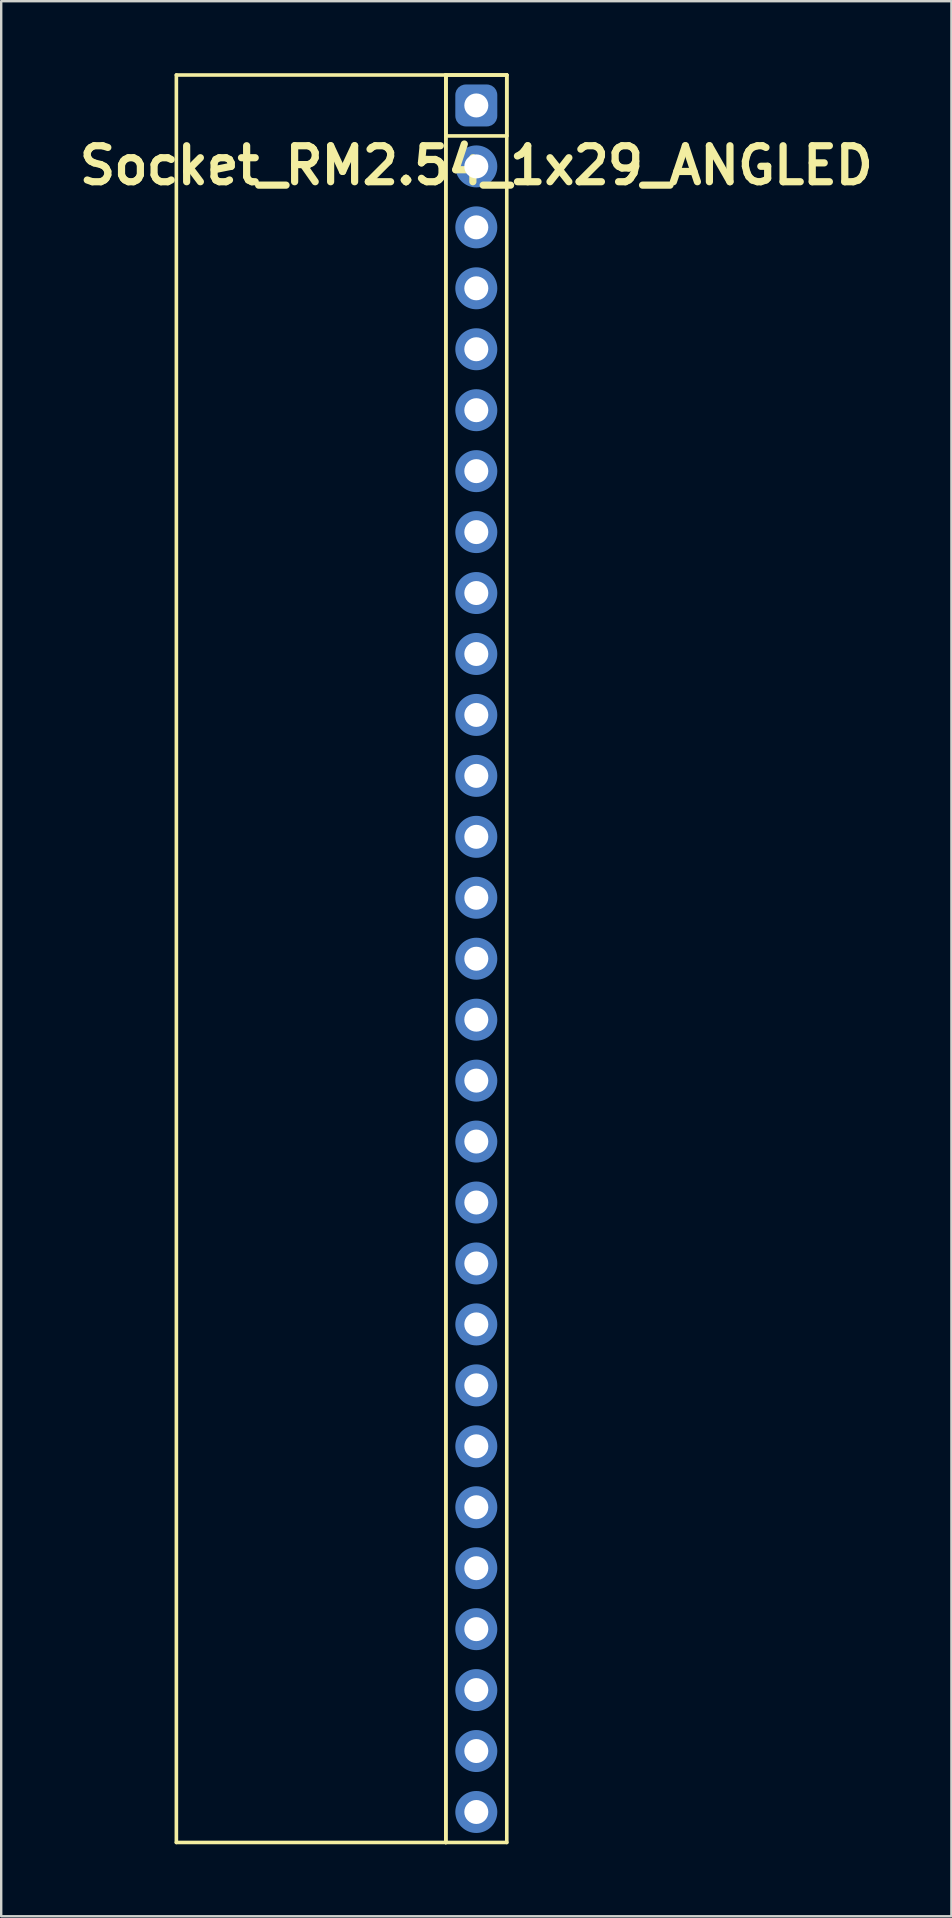
<source format=kicad_pcb>
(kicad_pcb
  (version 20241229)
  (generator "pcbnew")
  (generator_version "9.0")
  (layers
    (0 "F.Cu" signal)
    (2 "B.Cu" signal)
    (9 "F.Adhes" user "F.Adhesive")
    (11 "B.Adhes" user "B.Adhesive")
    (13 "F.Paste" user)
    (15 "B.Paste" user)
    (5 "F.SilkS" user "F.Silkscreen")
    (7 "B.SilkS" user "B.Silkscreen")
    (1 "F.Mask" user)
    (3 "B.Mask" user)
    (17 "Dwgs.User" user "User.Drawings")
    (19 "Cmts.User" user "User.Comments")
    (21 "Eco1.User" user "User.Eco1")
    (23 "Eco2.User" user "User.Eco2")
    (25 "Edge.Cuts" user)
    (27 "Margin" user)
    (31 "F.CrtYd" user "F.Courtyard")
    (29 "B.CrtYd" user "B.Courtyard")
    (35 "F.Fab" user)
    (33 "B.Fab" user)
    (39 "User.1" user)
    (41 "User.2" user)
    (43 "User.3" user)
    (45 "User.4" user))
  (footprint "Socket_RM2.54_1x29_ANGLED"
    (layer "F.Cu")
    (at 16.8 1.345)
    (property "Reference" "Socket_RM2.54_1x29_ANGLED" (at 0 2.5 0) (layer "F.SilkS") (effects (font (size 1.5 1.5) (thickness 0.3))))
    (attr through_hole)
    (fp_line (start -12.5 -1.27) (end -1.27 -1.27) (stroke (width 0.15) (type solid)) (layer "F.SilkS"))
    (fp_line (start -12.5 72.39) (end -12.5 -1.27) (stroke (width 0.15) (type solid)) (layer "F.SilkS"))
    (fp_line (start -1.27 -1.27) (end -1.27 72.39) (stroke (width 0.15) (type solid)) (layer "F.SilkS"))
    (fp_line (start -1.27 -1.27) (end 1.27 -1.27) (stroke (width 0.15) (type solid)) (layer "F.SilkS"))
    (fp_line (start -1.27 -1.27) (end 1.27 -1.27) (stroke (width 0.15) (type solid)) (layer "F.SilkS"))
    (fp_line (start -1.27 1.27) (end -1.27 -1.27) (stroke (width 0.15) (type solid)) (layer "F.SilkS"))
    (fp_line (start -1.27 72.39) (end -12.5 72.39) (stroke (width 0.15) (type solid)) (layer "F.SilkS"))
    (fp_line (start -1.27 72.39) (end -1.27 -1.27) (stroke (width 0.15) (type solid)) (layer "F.SilkS"))
    (fp_line (start 1.27 -1.27) (end 1.27 1.27) (stroke (width 0.15) (type solid)) (layer "F.SilkS"))
    (fp_line (start 1.27 -1.27) (end 1.27 72.39) (stroke (width 0.15) (type solid)) (layer "F.SilkS"))
    (fp_line (start 1.27 1.27) (end -1.27 1.27) (stroke (width 0.15) (type solid)) (layer "F.SilkS"))
    (fp_line (start 1.27 72.39) (end -1.27 72.39) (stroke (width 0.15) (type solid)) (layer "F.SilkS"))
    (pad "1" thru_hole circle (at 0 0) (size 1.3 1.3) (drill 1) (layers "*.Cu" "*.Mask"))
    (pad "1" smd roundrect (at 0 0) (size 1.5 1.5) (layers "F.Cu" "F.Mask") (roundrect_rratio 0.25))
    (pad "1" smd roundrect (at 0 0) (size 1.75 1.75) (layers "B.Cu" "B.Mask") (roundrect_rratio 0.25))
    (pad "2" thru_hole circle (at 0 2.54) (size 1.3 1.3) (drill 1) (layers "*.Cu" "*.Mask"))
    (pad "2" smd circle (at 0 2.54) (size 1.5 1.5) (layers "F.Cu" "F.Mask"))
    (pad "2" smd circle (at 0 2.54) (size 1.75 1.75) (layers "B.Cu" "B.Mask"))
    (pad "3" thru_hole circle (at 0 5.08) (size 1.3 1.3) (drill 1) (layers "*.Cu" "*.Mask"))
    (pad "3" smd circle (at 0 5.08) (size 1.5 1.5) (layers "F.Cu" "F.Mask"))
    (pad "3" smd circle (at 0 5.08) (size 1.75 1.75) (layers "B.Cu" "B.Mask"))
    (pad "4" thru_hole circle (at 0 7.62) (size 1.3 1.3) (drill 1) (layers "*.Cu" "*.Mask"))
    (pad "4" smd circle (at 0 7.62) (size 1.5 1.5) (layers "F.Cu" "F.Mask"))
    (pad "4" smd circle (at 0 7.62) (size 1.75 1.75) (layers "B.Cu" "B.Mask"))
    (pad "5" thru_hole circle (at 0 10.16) (size 1.3 1.3) (drill 1) (layers "*.Cu" "*.Mask"))
    (pad "5" smd circle (at 0 10.16) (size 1.5 1.5) (layers "F.Cu" "F.Mask"))
    (pad "5" smd circle (at 0 10.16) (size 1.75 1.75) (layers "B.Cu" "B.Mask"))
    (pad "6" thru_hole circle (at 0 12.7) (size 1.3 1.3) (drill 1) (layers "*.Cu" "*.Mask"))
    (pad "6" smd circle (at 0 12.7) (size 1.5 1.5) (layers "F.Cu" "F.Mask"))
    (pad "6" smd circle (at 0 12.7) (size 1.75 1.75) (layers "B.Cu" "B.Mask"))
    (pad "7" thru_hole circle (at 0 15.24) (size 1.3 1.3) (drill 1) (layers "*.Cu" "*.Mask"))
    (pad "7" smd circle (at 0 15.24) (size 1.5 1.5) (layers "F.Cu" "F.Mask"))
    (pad "7" smd circle (at 0 15.24) (size 1.75 1.75) (layers "B.Cu" "B.Mask"))
    (pad "8" thru_hole circle (at 0 17.78) (size 1.3 1.3) (drill 1) (layers "*.Cu" "*.Mask"))
    (pad "8" smd circle (at 0 17.78) (size 1.5 1.5) (layers "F.Cu" "F.Mask"))
    (pad "8" smd circle (at 0 17.78) (size 1.75 1.75) (layers "B.Cu" "B.Mask"))
    (pad "9" thru_hole circle (at 0 20.32) (size 1.3 1.3) (drill 1) (layers "*.Cu" "*.Mask"))
    (pad "9" smd circle (at 0 20.32) (size 1.5 1.5) (layers "F.Cu" "F.Mask"))
    (pad "9" smd circle (at 0 20.32) (size 1.75 1.75) (layers "B.Cu" "B.Mask"))
    (pad "10" thru_hole circle (at 0 22.86) (size 1.3 1.3) (drill 1) (layers "*.Cu" "*.Mask"))
    (pad "10" smd circle (at 0 22.86) (size 1.5 1.5) (layers "F.Cu" "F.Mask"))
    (pad "10" smd circle (at 0 22.86) (size 1.75 1.75) (layers "B.Cu" "B.Mask"))
    (pad "11" thru_hole circle (at 0 25.4) (size 1.3 1.3) (drill 1) (layers "*.Cu" "*.Mask"))
    (pad "11" smd circle (at 0 25.4) (size 1.5 1.5) (layers "F.Cu" "F.Mask"))
    (pad "11" smd circle (at 0 25.4) (size 1.75 1.75) (layers "B.Cu" "B.Mask"))
    (pad "12" thru_hole circle (at 0 27.94) (size 1.3 1.3) (drill 1) (layers "*.Cu" "*.Mask"))
    (pad "12" smd circle (at 0 27.94) (size 1.5 1.5) (layers "F.Cu" "F.Mask"))
    (pad "12" smd circle (at 0 27.94) (size 1.75 1.75) (layers "B.Cu" "B.Mask"))
    (pad "13" thru_hole circle (at 0 30.48) (size 1.3 1.3) (drill 1) (layers "*.Cu" "*.Mask"))
    (pad "13" smd circle (at 0 30.48) (size 1.5 1.5) (layers "F.Cu" "F.Mask"))
    (pad "13" smd circle (at 0 30.48) (size 1.75 1.75) (layers "B.Cu" "B.Mask"))
    (pad "14" thru_hole circle (at 0 33.02) (size 1.3 1.3) (drill 1) (layers "*.Cu" "*.Mask"))
    (pad "14" smd circle (at 0 33.02) (size 1.5 1.5) (layers "F.Cu" "F.Mask"))
    (pad "14" smd circle (at 0 33.02) (size 1.75 1.75) (layers "B.Cu" "B.Mask"))
    (pad "15" thru_hole circle (at 0 35.56) (size 1.3 1.3) (drill 1) (layers "*.Cu" "*.Mask"))
    (pad "15" smd circle (at 0 35.56) (size 1.5 1.5) (layers "F.Cu" "F.Mask"))
    (pad "15" smd circle (at 0 35.56) (size 1.75 1.75) (layers "B.Cu" "B.Mask"))
    (pad "16" thru_hole circle (at 0 38.1) (size 1.3 1.3) (drill 1) (layers "*.Cu" "*.Mask"))
    (pad "16" smd circle (at 0 38.1) (size 1.5 1.5) (layers "F.Cu" "F.Mask"))
    (pad "16" smd circle (at 0 38.1) (size 1.75 1.75) (layers "B.Cu" "B.Mask"))
    (pad "17" thru_hole circle (at 0 40.64) (size 1.3 1.3) (drill 1) (layers "*.Cu" "*.Mask"))
    (pad "17" smd circle (at 0 40.64) (size 1.5 1.5) (layers "F.Cu" "F.Mask"))
    (pad "17" smd circle (at 0 40.64) (size 1.75 1.75) (layers "B.Cu" "B.Mask"))
    (pad "18" thru_hole circle (at 0 43.18) (size 1.3 1.3) (drill 1) (layers "*.Cu" "*.Mask"))
    (pad "18" smd circle (at 0 43.18) (size 1.5 1.5) (layers "F.Cu" "F.Mask"))
    (pad "18" smd circle (at 0 43.18) (size 1.75 1.75) (layers "B.Cu" "B.Mask"))
    (pad "19" thru_hole circle (at 0 45.72) (size 1.3 1.3) (drill 1) (layers "*.Cu" "*.Mask"))
    (pad "19" smd circle (at 0 45.72) (size 1.5 1.5) (layers "F.Cu" "F.Mask"))
    (pad "19" smd circle (at 0 45.72) (size 1.75 1.75) (layers "B.Cu" "B.Mask"))
    (pad "20" thru_hole circle (at 0 48.26) (size 1.3 1.3) (drill 1) (layers "*.Cu" "*.Mask"))
    (pad "20" smd circle (at 0 48.26) (size 1.5 1.5) (layers "F.Cu" "F.Mask"))
    (pad "20" smd circle (at 0 48.26) (size 1.75 1.75) (layers "B.Cu" "B.Mask"))
    (pad "21" thru_hole circle (at 0 50.8) (size 1.3 1.3) (drill 1) (layers "*.Cu" "*.Mask"))
    (pad "21" smd circle (at 0 50.8) (size 1.5 1.5) (layers "F.Cu" "F.Mask"))
    (pad "21" smd circle (at 0 50.8) (size 1.75 1.75) (layers "B.Cu" "B.Mask"))
    (pad "22" thru_hole circle (at 0 53.34) (size 1.3 1.3) (drill 1) (layers "*.Cu" "*.Mask"))
    (pad "22" smd circle (at 0 53.34) (size 1.5 1.5) (layers "F.Cu" "F.Mask"))
    (pad "22" smd circle (at 0 53.34) (size 1.75 1.75) (layers "B.Cu" "B.Mask"))
    (pad "23" thru_hole circle (at 0 55.88) (size 1.3 1.3) (drill 1) (layers "*.Cu" "*.Mask"))
    (pad "23" smd circle (at 0 55.88) (size 1.5 1.5) (layers "F.Cu" "F.Mask"))
    (pad "23" smd circle (at 0 55.88) (size 1.75 1.75) (layers "B.Cu" "B.Mask"))
    (pad "24" thru_hole circle (at 0 58.42) (size 1.3 1.3) (drill 1) (layers "*.Cu" "*.Mask"))
    (pad "24" smd circle (at 0 58.42) (size 1.5 1.5) (layers "F.Cu" "F.Mask"))
    (pad "24" smd circle (at 0 58.42) (size 1.75 1.75) (layers "B.Cu" "B.Mask"))
    (pad "25" thru_hole circle (at 0 60.96) (size 1.3 1.3) (drill 1) (layers "*.Cu" "*.Mask"))
    (pad "25" smd circle (at 0 60.96) (size 1.5 1.5) (layers "F.Cu" "F.Mask"))
    (pad "25" smd circle (at 0 60.96) (size 1.75 1.75) (layers "B.Cu" "B.Mask"))
    (pad "26" thru_hole circle (at 0 63.5) (size 1.3 1.3) (drill 1) (layers "*.Cu" "*.Mask"))
    (pad "26" smd circle (at 0 63.5) (size 1.5 1.5) (layers "F.Cu" "F.Mask"))
    (pad "26" smd circle (at 0 63.5) (size 1.75 1.75) (layers "B.Cu" "B.Mask"))
    (pad "27" thru_hole circle (at 0 66.04) (size 1.3 1.3) (drill 1) (layers "*.Cu" "*.Mask"))
    (pad "27" smd circle (at 0 66.04) (size 1.5 1.5) (layers "F.Cu" "F.Mask"))
    (pad "27" smd circle (at 0 66.04) (size 1.75 1.75) (layers "B.Cu" "B.Mask"))
    (pad "28" thru_hole circle (at 0 68.58) (size 1.3 1.3) (drill 1) (layers "*.Cu" "*.Mask"))
    (pad "28" smd circle (at 0 68.58) (size 1.5 1.5) (layers "F.Cu" "F.Mask"))
    (pad "28" smd circle (at 0 68.58) (size 1.75 1.75) (layers "B.Cu" "B.Mask"))
    (pad "29" thru_hole circle (at 0 71.12) (size 1.3 1.3) (drill 1) (layers "*.Cu" "*.Mask"))
    (pad "29" smd circle (at 0 71.12) (size 1.5 1.5) (layers "F.Cu" "F.Mask"))
    (pad "29" smd circle (at 0 71.12) (size 1.75 1.75) (layers "B.Cu" "B.Mask")))
  (gr_rect
    (start -3 -3)
    (end 36.6 76.81)
    (stroke (width 0.1) (type default))
    (fill no)
    (layer "Edge.Cuts")))
</source>
